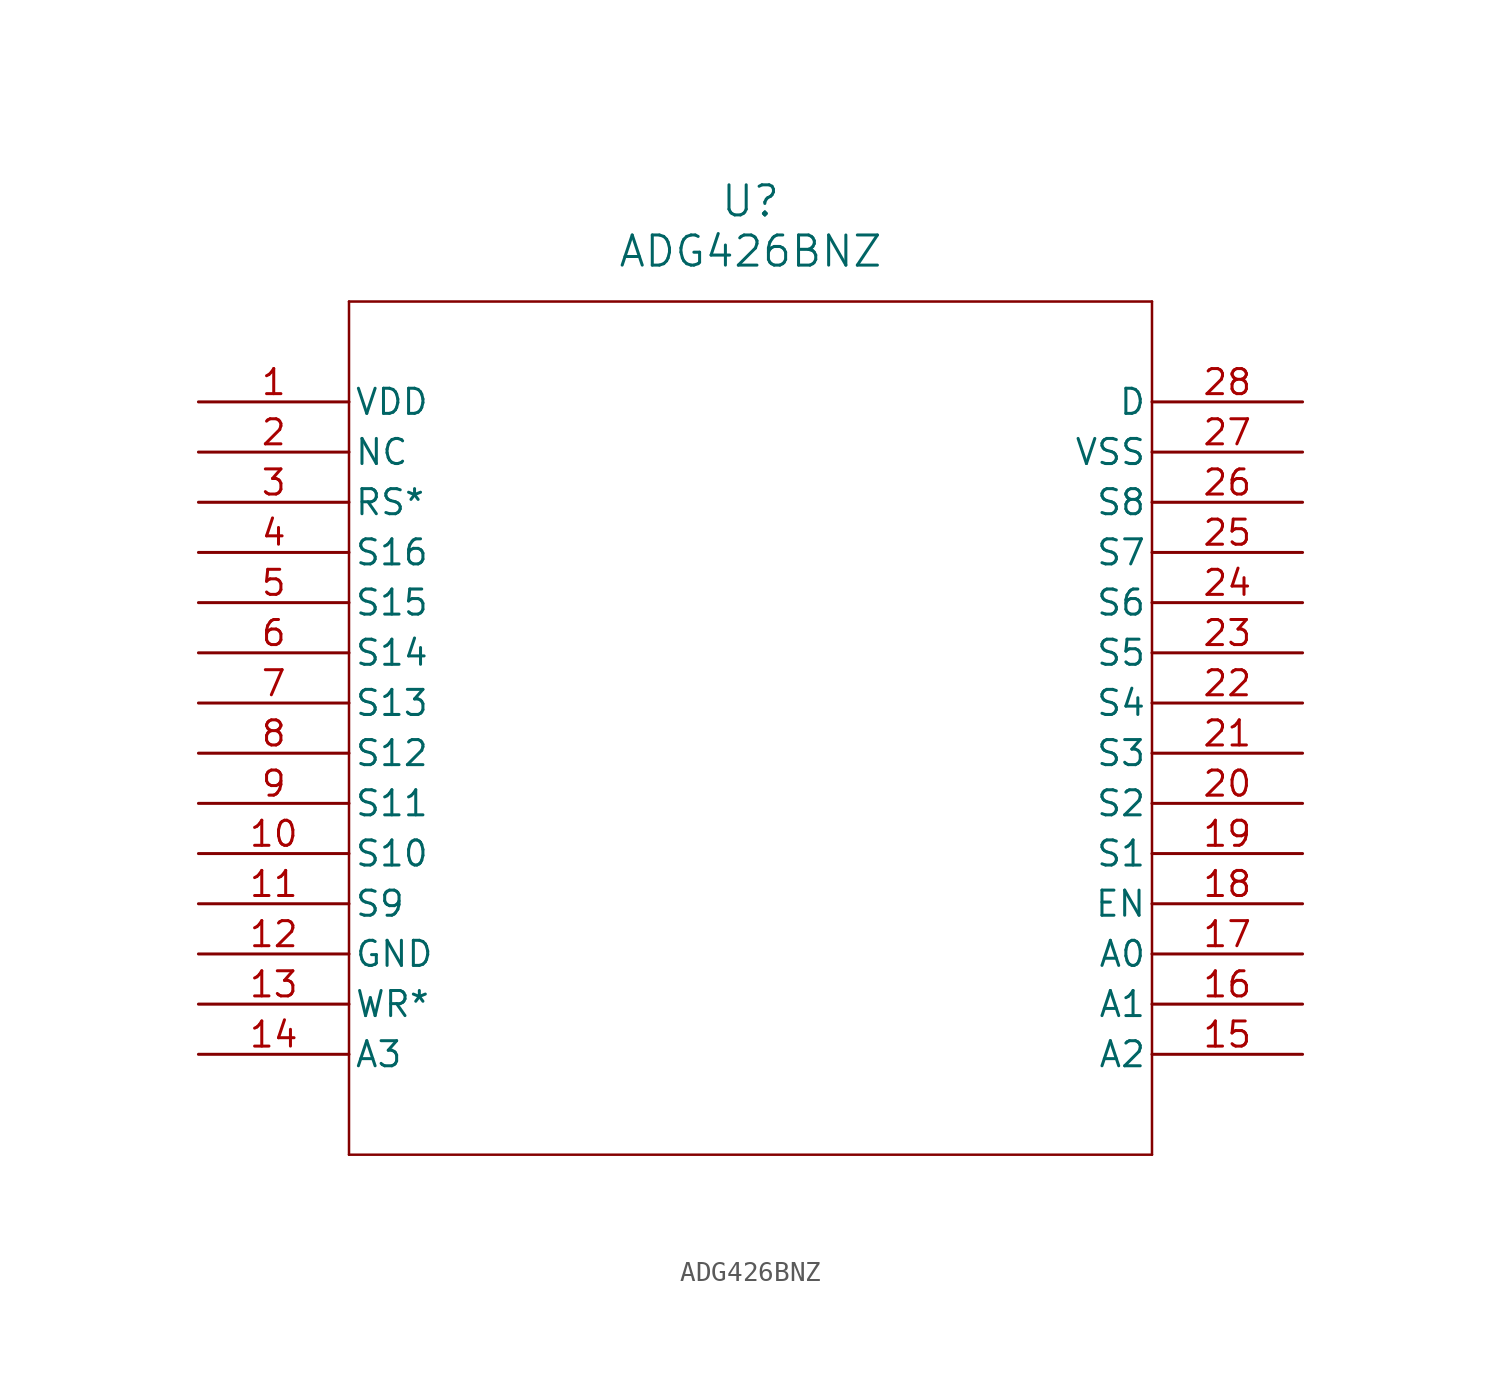
<source format=kicad_sym>
(kicad_symbol_lib
  (version 20211014)
  (generator kicad_symbol_editor)
  (symbol "ADG426BNZ"
    (pin_names
      (offset 0.254))
    (property "Reference" "U"
      (at 27.94 10.16 0)
      (effects (font (size 1.524 1.524))))
    (property "Value" "ADG426BNZ"
      (at 27.94 7.62 0)
      (effects (font (size 1.524 1.524))))
    (symbol "ADG426BNZ_0_1"
      (polyline (pts (xy 7.62 5.08) (xy 7.62 -38.1)) (stroke (width 0.127) (type default) (color 0 0 0 0)) (fill (type none)))
      (polyline (pts (xy 7.62 -38.1) (xy 48.26 -38.1)) (stroke (width 0.127) (type default) (color 0 0 0 0)) (fill (type none)))
      (polyline (pts (xy 48.26 -38.1) (xy 48.26 5.08)) (stroke (width 0.127) (type default) (color 0 0 0 0)) (fill (type none)))
      (polyline (pts (xy 48.26 5.08) (xy 7.62 5.08)) (stroke (width 0.127) (type default) (color 0 0 0 0)) (fill (type none)))
      (pin power_in line (at 0 0 0) (length 7.62) (name "VDD" (effects (font (size 1.27 1.27)))) (number "1" (effects (font (size 1.27 1.27)))))
      (pin unspecified line (at 0 -2.54 0) (length 7.62) (name "NC" (effects (font (size 1.27 1.27)))) (number "2" (effects (font (size 1.27 1.27)))))
      (pin unspecified line (at 0 -5.08 0) (length 7.62) (name "RS*" (effects (font (size 1.27 1.27)))) (number "3" (effects (font (size 1.27 1.27)))))
      (pin unspecified line (at 0 -7.62 0) (length 7.62) (name "S16" (effects (font (size 1.27 1.27)))) (number "4" (effects (font (size 1.27 1.27)))))
      (pin unspecified line (at 0 -10.16 0) (length 7.62) (name "S15" (effects (font (size 1.27 1.27)))) (number "5" (effects (font (size 1.27 1.27)))))
      (pin unspecified line (at 0 -12.7 0) (length 7.62) (name "S14" (effects (font (size 1.27 1.27)))) (number "6" (effects (font (size 1.27 1.27)))))
      (pin unspecified line (at 0 -15.24 0) (length 7.62) (name "S13" (effects (font (size 1.27 1.27)))) (number "7" (effects (font (size 1.27 1.27)))))
      (pin unspecified line (at 0 -17.78 0) (length 7.62) (name "S12" (effects (font (size 1.27 1.27)))) (number "8" (effects (font (size 1.27 1.27)))))
      (pin unspecified line (at 0 -20.32 0) (length 7.62) (name "S11" (effects (font (size 1.27 1.27)))) (number "9" (effects (font (size 1.27 1.27)))))
      (pin unspecified line (at 0 -22.86 0) (length 7.62) (name "S10" (effects (font (size 1.27 1.27)))) (number "10" (effects (font (size 1.27 1.27)))))
      (pin unspecified line (at 0 -25.4 0) (length 7.62) (name "S9" (effects (font (size 1.27 1.27)))) (number "11" (effects (font (size 1.27 1.27)))))
      (pin unspecified line (at 0 -27.94 0) (length 7.62) (name "GND" (effects (font (size 1.27 1.27)))) (number "12" (effects (font (size 1.27 1.27)))))
      (pin unspecified line (at 0 -30.48 0) (length 7.62) (name "WR*" (effects (font (size 1.27 1.27)))) (number "13" (effects (font (size 1.27 1.27)))))
      (pin unspecified line (at 0 -33.02 0) (length 7.62) (name "A3" (effects (font (size 1.27 1.27)))) (number "14" (effects (font (size 1.27 1.27)))))
      (pin unspecified line (at 55.88 -33.02 180) (length 7.62) (name "A2" (effects (font (size 1.27 1.27)))) (number "15" (effects (font (size 1.27 1.27)))))
      (pin unspecified line (at 55.88 -30.48 180) (length 7.62) (name "A1" (effects (font (size 1.27 1.27)))) (number "16" (effects (font (size 1.27 1.27)))))
      (pin unspecified line (at 55.88 -27.94 180) (length 7.62) (name "A0" (effects (font (size 1.27 1.27)))) (number "17" (effects (font (size 1.27 1.27)))))
      (pin unspecified line (at 55.88 -25.4 180) (length 7.62) (name "EN" (effects (font (size 1.27 1.27)))) (number "18" (effects (font (size 1.27 1.27)))))
      (pin unspecified line (at 55.88 -22.86 180) (length 7.62) (name "S1" (effects (font (size 1.27 1.27)))) (number "19" (effects (font (size 1.27 1.27)))))
      (pin unspecified line (at 55.88 -20.32 180) (length 7.62) (name "S2" (effects (font (size 1.27 1.27)))) (number "20" (effects (font (size 1.27 1.27)))))
      (pin unspecified line (at 55.88 -17.78 180) (length 7.62) (name "S3" (effects (font (size 1.27 1.27)))) (number "21" (effects (font (size 1.27 1.27)))))
      (pin unspecified line (at 55.88 -15.24 180) (length 7.62) (name "S4" (effects (font (size 1.27 1.27)))) (number "22" (effects (font (size 1.27 1.27)))))
      (pin unspecified line (at 55.88 -12.7 180) (length 7.62) (name "S5" (effects (font (size 1.27 1.27)))) (number "23" (effects (font (size 1.27 1.27)))))
      (pin unspecified line (at 55.88 -10.16 180) (length 7.62) (name "S6" (effects (font (size 1.27 1.27)))) (number "24" (effects (font (size 1.27 1.27)))))
      (pin unspecified line (at 55.88 -7.62 180) (length 7.62) (name "S7" (effects (font (size 1.27 1.27)))) (number "25" (effects (font (size 1.27 1.27)))))
      (pin unspecified line (at 55.88 -5.08 180) (length 7.62) (name "S8" (effects (font (size 1.27 1.27)))) (number "26" (effects (font (size 1.27 1.27)))))
      (pin power_in line (at 55.88 -2.54 180) (length 7.62) (name "VSS" (effects (font (size 1.27 1.27)))) (number "27" (effects (font (size 1.27 1.27)))))
      (pin unspecified line (at 55.88 0 180) (length 7.62) (name "D" (effects (font (size 1.27 1.27)))) (number "28" (effects (font (size 1.27 1.27))))))))
</source>
